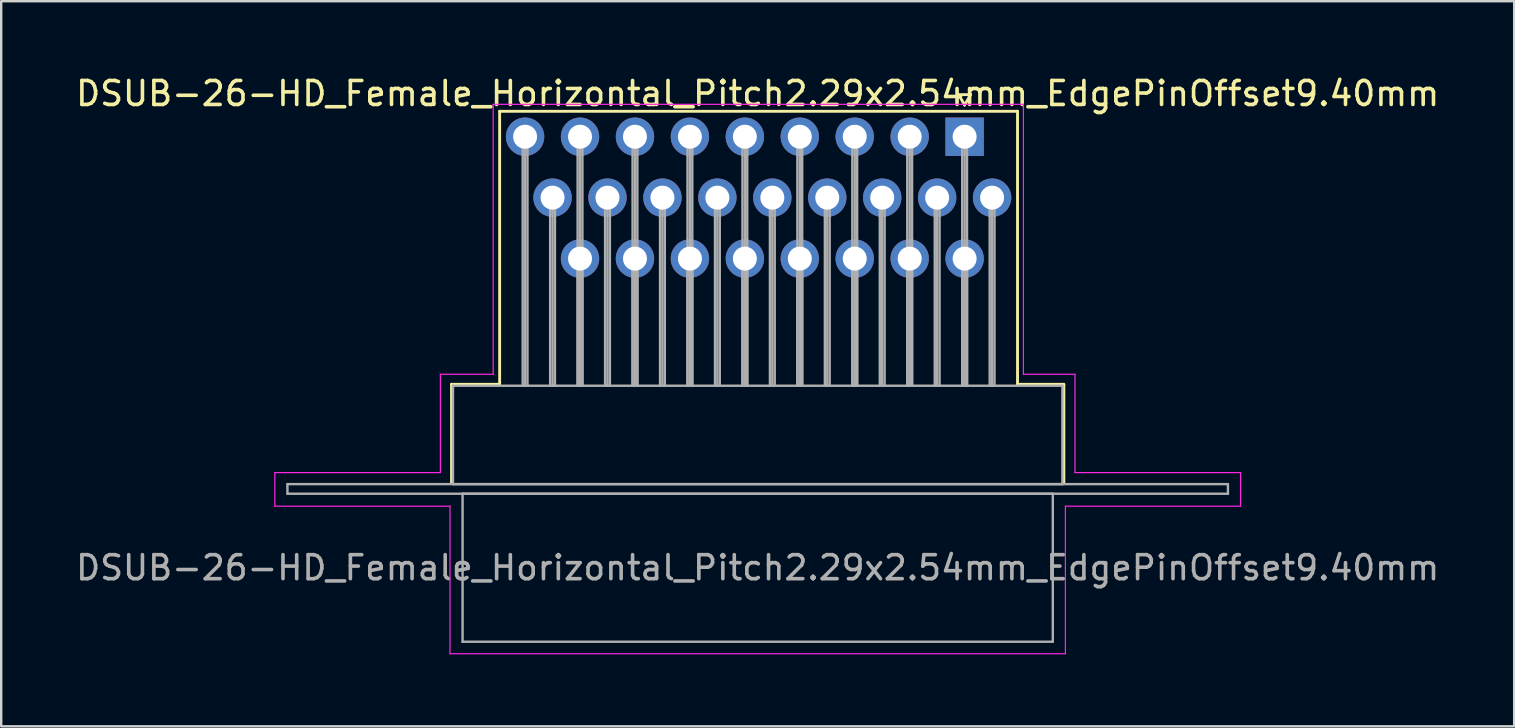
<source format=kicad_pcb>
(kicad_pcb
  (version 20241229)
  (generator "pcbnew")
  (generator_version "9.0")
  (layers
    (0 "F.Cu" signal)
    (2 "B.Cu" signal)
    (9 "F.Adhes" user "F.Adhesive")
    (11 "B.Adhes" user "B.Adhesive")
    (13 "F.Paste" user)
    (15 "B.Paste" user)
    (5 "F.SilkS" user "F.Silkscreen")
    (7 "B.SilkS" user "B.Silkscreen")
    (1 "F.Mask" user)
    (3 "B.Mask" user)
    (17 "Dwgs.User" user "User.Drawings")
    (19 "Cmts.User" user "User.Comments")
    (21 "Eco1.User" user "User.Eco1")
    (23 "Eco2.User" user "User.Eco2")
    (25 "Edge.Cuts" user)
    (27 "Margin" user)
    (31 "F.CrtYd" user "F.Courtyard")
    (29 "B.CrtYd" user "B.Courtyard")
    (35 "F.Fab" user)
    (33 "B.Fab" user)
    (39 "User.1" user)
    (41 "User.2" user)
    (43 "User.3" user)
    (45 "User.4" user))
  (footprint "DSUB-26-HD_Female_Horizontal_Pitch2.29x2.54mm_EdgePinOffset9.40mm"
    (layer "F.Cu")
    (at 37.155 2.648)
    (property "Reference" "DSUB-26-HD_Female_Horizontal_Pitch2.29x2.54mm_EdgePinOffset9.40mm" (at -8.625 -1.8 0) (layer "F.SilkS") (effects (font (size 1 1) (thickness 0.15))))
    (attr through_hole)
    (fp_line (start -21.385 10.32) (end -19.38 10.32) (stroke (width 0.12) (type solid)) (layer "F.SilkS"))
    (fp_line (start -21.385 14.42) (end -21.385 10.32) (stroke (width 0.12) (type solid)) (layer "F.SilkS"))
    (fp_line (start -19.38 -1.06) (end 2.205 -1.06) (stroke (width 0.12) (type solid)) (layer "F.SilkS"))
    (fp_line (start -19.38 10.32) (end -19.38 -1.06) (stroke (width 0.12) (type solid)) (layer "F.SilkS"))
    (fp_line (start -0.25 -1.754) (end 0.25 -1.754) (stroke (width 0.12) (type solid)) (layer "F.SilkS"))
    (fp_line (start 0 -1.321) (end -0.25 -1.754) (stroke (width 0.12) (type solid)) (layer "F.SilkS"))
    (fp_line (start 0.25 -1.754) (end 0 -1.321) (stroke (width 0.12) (type solid)) (layer "F.SilkS"))
    (fp_line (start 2.205 -1.06) (end 2.205 10.32) (stroke (width 0.12) (type solid)) (layer "F.SilkS"))
    (fp_line (start 2.205 10.32) (end 4.135 10.32) (stroke (width 0.12) (type solid)) (layer "F.SilkS"))
    (fp_line (start 4.135 10.32) (end 4.135 14.42) (stroke (width 0.12) (type solid)) (layer "F.SilkS"))
    (fp_line (start -28.75 14) (end -21.85 14) (stroke (width 0.05) (type solid)) (layer "F.CrtYd"))
    (fp_line (start -28.75 15.4) (end -28.75 14) (stroke (width 0.05) (type solid)) (layer "F.CrtYd"))
    (fp_line (start -21.85 9.9) (end -19.65 9.9) (stroke (width 0.05) (type solid)) (layer "F.CrtYd"))
    (fp_line (start -21.85 14) (end -21.85 9.9) (stroke (width 0.05) (type solid)) (layer "F.CrtYd"))
    (fp_line (start -21.45 15.4) (end -28.75 15.4) (stroke (width 0.05) (type solid)) (layer "F.CrtYd"))
    (fp_line (start -21.45 21.55) (end -21.45 15.4) (stroke (width 0.05) (type solid)) (layer "F.CrtYd"))
    (fp_line (start -19.65 -1.35) (end 2.45 -1.35) (stroke (width 0.05) (type solid)) (layer "F.CrtYd"))
    (fp_line (start -19.65 9.9) (end -19.65 -1.35) (stroke (width 0.05) (type solid)) (layer "F.CrtYd"))
    (fp_line (start 2.45 -1.35) (end 2.45 9.9) (stroke (width 0.05) (type solid)) (layer "F.CrtYd"))
    (fp_line (start 2.45 9.9) (end 4.6 9.9) (stroke (width 0.05) (type solid)) (layer "F.CrtYd"))
    (fp_line (start 4.2 15.4) (end 4.2 21.55) (stroke (width 0.05) (type solid)) (layer "F.CrtYd"))
    (fp_line (start 4.2 21.55) (end -21.45 21.55) (stroke (width 0.05) (type solid)) (layer "F.CrtYd"))
    (fp_line (start 4.6 9.9) (end 4.6 14) (stroke (width 0.05) (type solid)) (layer "F.CrtYd"))
    (fp_line (start 4.6 14) (end 11.5 14) (stroke (width 0.05) (type solid)) (layer "F.CrtYd"))
    (fp_line (start 11.5 14) (end 11.5 15.4) (stroke (width 0.05) (type solid)) (layer "F.CrtYd"))
    (fp_line (start 11.5 15.4) (end 4.2 15.4) (stroke (width 0.05) (type solid)) (layer "F.CrtYd"))
    (fp_line (start -28.225 14.48) (end -28.225 14.88) (stroke (width 0.1) (type solid)) (layer "F.Fab"))
    (fp_line (start -28.225 14.88) (end 10.975 14.88) (stroke (width 0.1) (type solid)) (layer "F.Fab"))
    (fp_line (start -21.325 10.38) (end -21.325 14.48) (stroke (width 0.1) (type solid)) (layer "F.Fab"))
    (fp_line (start -21.325 14.48) (end 4.075 14.48) (stroke (width 0.1) (type solid)) (layer "F.Fab"))
    (fp_line (start -20.925 14.88) (end -20.925 21.05) (stroke (width 0.1) (type solid)) (layer "F.Fab"))
    (fp_line (start -20.925 21.05) (end 3.675 21.05) (stroke (width 0.1) (type solid)) (layer "F.Fab"))
    (fp_line (start -18.42 0) (end -18.42 10.38) (stroke (width 0.1) (type solid)) (layer "F.Fab"))
    (fp_line (start -18.32 0) (end -18.32 10.38) (stroke (width 0.1) (type solid)) (layer "F.Fab"))
    (fp_line (start -18.22 0) (end -18.22 10.38) (stroke (width 0.1) (type solid)) (layer "F.Fab"))
    (fp_line (start -17.275 2.54) (end -17.275 10.38) (stroke (width 0.1) (type solid)) (layer "F.Fab"))
    (fp_line (start -17.175 2.54) (end -17.175 10.38) (stroke (width 0.1) (type solid)) (layer "F.Fab"))
    (fp_line (start -17.075 2.54) (end -17.075 10.38) (stroke (width 0.1) (type solid)) (layer "F.Fab"))
    (fp_line (start -16.13 0) (end -16.13 10.38) (stroke (width 0.1) (type solid)) (layer "F.Fab"))
    (fp_line (start -16.13 5.08) (end -16.13 10.38) (stroke (width 0.1) (type solid)) (layer "F.Fab"))
    (fp_line (start -16.03 0) (end -16.03 10.38) (stroke (width 0.1) (type solid)) (layer "F.Fab"))
    (fp_line (start -16.03 5.08) (end -16.03 10.38) (stroke (width 0.1) (type solid)) (layer "F.Fab"))
    (fp_line (start -15.93 0) (end -15.93 10.38) (stroke (width 0.1) (type solid)) (layer "F.Fab"))
    (fp_line (start -15.93 5.08) (end -15.93 10.38) (stroke (width 0.1) (type solid)) (layer "F.Fab"))
    (fp_line (start -14.985 2.54) (end -14.985 10.38) (stroke (width 0.1) (type solid)) (layer "F.Fab"))
    (fp_line (start -14.885 2.54) (end -14.885 10.38) (stroke (width 0.1) (type solid)) (layer "F.Fab"))
    (fp_line (start -14.785 2.54) (end -14.785 10.38) (stroke (width 0.1) (type solid)) (layer "F.Fab"))
    (fp_line (start -13.84 0) (end -13.84 10.38) (stroke (width 0.1) (type solid)) (layer "F.Fab"))
    (fp_line (start -13.84 5.08) (end -13.84 10.38) (stroke (width 0.1) (type solid)) (layer "F.Fab"))
    (fp_line (start -13.74 0) (end -13.74 10.38) (stroke (width 0.1) (type solid)) (layer "F.Fab"))
    (fp_line (start -13.74 5.08) (end -13.74 10.38) (stroke (width 0.1) (type solid)) (layer "F.Fab"))
    (fp_line (start -13.64 0) (end -13.64 10.38) (stroke (width 0.1) (type solid)) (layer "F.Fab"))
    (fp_line (start -13.64 5.08) (end -13.64 10.38) (stroke (width 0.1) (type solid)) (layer "F.Fab"))
    (fp_line (start -12.695 2.54) (end -12.695 10.38) (stroke (width 0.1) (type solid)) (layer "F.Fab"))
    (fp_line (start -12.595 2.54) (end -12.595 10.38) (stroke (width 0.1) (type solid)) (layer "F.Fab"))
    (fp_line (start -12.495 2.54) (end -12.495 10.38) (stroke (width 0.1) (type solid)) (layer "F.Fab"))
    (fp_line (start -11.55 0) (end -11.55 10.38) (stroke (width 0.1) (type solid)) (layer "F.Fab"))
    (fp_line (start -11.55 5.08) (end -11.55 10.38) (stroke (width 0.1) (type solid)) (layer "F.Fab"))
    (fp_line (start -11.45 0) (end -11.45 10.38) (stroke (width 0.1) (type solid)) (layer "F.Fab"))
    (fp_line (start -11.45 5.08) (end -11.45 10.38) (stroke (width 0.1) (type solid)) (layer "F.Fab"))
    (fp_line (start -11.35 0) (end -11.35 10.38) (stroke (width 0.1) (type solid)) (layer "F.Fab"))
    (fp_line (start -11.35 5.08) (end -11.35 10.38) (stroke (width 0.1) (type solid)) (layer "F.Fab"))
    (fp_line (start -10.405 2.54) (end -10.405 10.38) (stroke (width 0.1) (type solid)) (layer "F.Fab"))
    (fp_line (start -10.305 2.54) (end -10.305 10.38) (stroke (width 0.1) (type solid)) (layer "F.Fab"))
    (fp_line (start -10.205 2.54) (end -10.205 10.38) (stroke (width 0.1) (type solid)) (layer "F.Fab"))
    (fp_line (start -9.26 0) (end -9.26 10.38) (stroke (width 0.1) (type solid)) (layer "F.Fab"))
    (fp_line (start -9.26 5.08) (end -9.26 10.38) (stroke (width 0.1) (type solid)) (layer "F.Fab"))
    (fp_line (start -9.16 0) (end -9.16 10.38) (stroke (width 0.1) (type solid)) (layer "F.Fab"))
    (fp_line (start -9.16 5.08) (end -9.16 10.38) (stroke (width 0.1) (type solid)) (layer "F.Fab"))
    (fp_line (start -9.06 0) (end -9.06 10.38) (stroke (width 0.1) (type solid)) (layer "F.Fab"))
    (fp_line (start -9.06 5.08) (end -9.06 10.38) (stroke (width 0.1) (type solid)) (layer "F.Fab"))
    (fp_line (start -8.115 2.54) (end -8.115 10.38) (stroke (width 0.1) (type solid)) (layer "F.Fab"))
    (fp_line (start -8.015 2.54) (end -8.015 10.38) (stroke (width 0.1) (type solid)) (layer "F.Fab"))
    (fp_line (start -7.915 2.54) (end -7.915 10.38) (stroke (width 0.1) (type solid)) (layer "F.Fab"))
    (fp_line (start -6.97 0) (end -6.97 10.38) (stroke (width 0.1) (type solid)) (layer "F.Fab"))
    (fp_line (start -6.97 5.08) (end -6.97 10.38) (stroke (width 0.1) (type solid)) (layer "F.Fab"))
    (fp_line (start -6.87 0) (end -6.87 10.38) (stroke (width 0.1) (type solid)) (layer "F.Fab"))
    (fp_line (start -6.87 5.08) (end -6.87 10.38) (stroke (width 0.1) (type solid)) (layer "F.Fab"))
    (fp_line (start -6.77 0) (end -6.77 10.38) (stroke (width 0.1) (type solid)) (layer "F.Fab"))
    (fp_line (start -6.77 5.08) (end -6.77 10.38) (stroke (width 0.1) (type solid)) (layer "F.Fab"))
    (fp_line (start -5.825 2.54) (end -5.825 10.38) (stroke (width 0.1) (type solid)) (layer "F.Fab"))
    (fp_line (start -5.725 2.54) (end -5.725 10.38) (stroke (width 0.1) (type solid)) (layer "F.Fab"))
    (fp_line (start -5.625 2.54) (end -5.625 10.38) (stroke (width 0.1) (type solid)) (layer "F.Fab"))
    (fp_line (start -4.68 0) (end -4.68 10.38) (stroke (width 0.1) (type solid)) (layer "F.Fab"))
    (fp_line (start -4.68 5.08) (end -4.68 10.38) (stroke (width 0.1) (type solid)) (layer "F.Fab"))
    (fp_line (start -4.58 0) (end -4.58 10.38) (stroke (width 0.1) (type solid)) (layer "F.Fab"))
    (fp_line (start -4.58 5.08) (end -4.58 10.38) (stroke (width 0.1) (type solid)) (layer "F.Fab"))
    (fp_line (start -4.48 0) (end -4.48 10.38) (stroke (width 0.1) (type solid)) (layer "F.Fab"))
    (fp_line (start -4.48 5.08) (end -4.48 10.38) (stroke (width 0.1) (type solid)) (layer "F.Fab"))
    (fp_line (start -3.535 2.54) (end -3.535 10.38) (stroke (width 0.1) (type solid)) (layer "F.Fab"))
    (fp_line (start -3.435 2.54) (end -3.435 10.38) (stroke (width 0.1) (type solid)) (layer "F.Fab"))
    (fp_line (start -3.335 2.54) (end -3.335 10.38) (stroke (width 0.1) (type solid)) (layer "F.Fab"))
    (fp_line (start -2.39 0) (end -2.39 10.38) (stroke (width 0.1) (type solid)) (layer "F.Fab"))
    (fp_line (start -2.39 5.08) (end -2.39 10.38) (stroke (width 0.1) (type solid)) (layer "F.Fab"))
    (fp_line (start -2.29 0) (end -2.29 10.38) (stroke (width 0.1) (type solid)) (layer "F.Fab"))
    (fp_line (start -2.29 5.08) (end -2.29 10.38) (stroke (width 0.1) (type solid)) (layer "F.Fab"))
    (fp_line (start -2.19 0) (end -2.19 10.38) (stroke (width 0.1) (type solid)) (layer "F.Fab"))
    (fp_line (start -2.19 5.08) (end -2.19 10.38) (stroke (width 0.1) (type solid)) (layer "F.Fab"))
    (fp_line (start -1.245 2.54) (end -1.245 10.38) (stroke (width 0.1) (type solid)) (layer "F.Fab"))
    (fp_line (start -1.145 2.54) (end -1.145 10.38) (stroke (width 0.1) (type solid)) (layer "F.Fab"))
    (fp_line (start -1.045 2.54) (end -1.045 10.38) (stroke (width 0.1) (type solid)) (layer "F.Fab"))
    (fp_line (start -0.1 0) (end -0.1 10.38) (stroke (width 0.1) (type solid)) (layer "F.Fab"))
    (fp_line (start -0.1 5.08) (end -0.1 10.38) (stroke (width 0.1) (type solid)) (layer "F.Fab"))
    (fp_line (start 0 0) (end 0 10.38) (stroke (width 0.1) (type solid)) (layer "F.Fab"))
    (fp_line (start 0 5.08) (end 0 10.38) (stroke (width 0.1) (type solid)) (layer "F.Fab"))
    (fp_line (start 0.1 0) (end 0.1 10.38) (stroke (width 0.1) (type solid)) (layer "F.Fab"))
    (fp_line (start 0.1 5.08) (end 0.1 10.38) (stroke (width 0.1) (type solid)) (layer "F.Fab"))
    (fp_line (start 1.045 2.54) (end 1.045 10.38) (stroke (width 0.1) (type solid)) (layer "F.Fab"))
    (fp_line (start 1.145 2.54) (end 1.145 10.38) (stroke (width 0.1) (type solid)) (layer "F.Fab"))
    (fp_line (start 1.245 2.54) (end 1.245 10.38) (stroke (width 0.1) (type solid)) (layer "F.Fab"))
    (fp_line (start 3.675 14.88) (end -20.925 14.88) (stroke (width 0.1) (type solid)) (layer "F.Fab"))
    (fp_line (start 3.675 21.05) (end 3.675 14.88) (stroke (width 0.1) (type solid)) (layer "F.Fab"))
    (fp_line (start 4.075 10.38) (end -21.325 10.38) (stroke (width 0.1) (type solid)) (layer "F.Fab"))
    (fp_line (start 4.075 14.48) (end 4.075 10.38) (stroke (width 0.1) (type solid)) (layer "F.Fab"))
    (fp_line (start 10.975 14.48) (end -28.225 14.48) (stroke (width 0.1) (type solid)) (layer "F.Fab"))
    (fp_line (start 10.975 14.88) (end 10.975 14.48) (stroke (width 0.1) (type solid)) (layer "F.Fab"))
    (fp_text user "${REFERENCE}" (at -8.625 17.965 0) (layer "F.Fab") (effects (font (size 1 1) (thickness 0.15))))
    (pad "1" thru_hole rect (at 0 0) (size 1.6 1.6) (drill 1) (layers "*.Cu" "*.Mask"))
    (pad "2" thru_hole circle (at -2.29 0) (size 1.6 1.6) (drill 1) (layers "*.Cu" "*.Mask"))
    (pad "3" thru_hole circle (at -4.58 0) (size 1.6 1.6) (drill 1) (layers "*.Cu" "*.Mask"))
    (pad "4" thru_hole circle (at -6.87 0) (size 1.6 1.6) (drill 1) (layers "*.Cu" "*.Mask"))
    (pad "5" thru_hole circle (at -9.16 0) (size 1.6 1.6) (drill 1) (layers "*.Cu" "*.Mask"))
    (pad "6" thru_hole circle (at -11.45 0) (size 1.6 1.6) (drill 1) (layers "*.Cu" "*.Mask"))
    (pad "7" thru_hole circle (at -13.74 0) (size 1.6 1.6) (drill 1) (layers "*.Cu" "*.Mask"))
    (pad "8" thru_hole circle (at -16.03 0) (size 1.6 1.6) (drill 1) (layers "*.Cu" "*.Mask"))
    (pad "9" thru_hole circle (at -18.32 0) (size 1.6 1.6) (drill 1) (layers "*.Cu" "*.Mask"))
    (pad "10" thru_hole circle (at 1.145 2.54) (size 1.6 1.6) (drill 1) (layers "*.Cu" "*.Mask"))
    (pad "11" thru_hole circle (at -1.145 2.54) (size 1.6 1.6) (drill 1) (layers "*.Cu" "*.Mask"))
    (pad "12" thru_hole circle (at -3.435 2.54) (size 1.6 1.6) (drill 1) (layers "*.Cu" "*.Mask"))
    (pad "13" thru_hole circle (at -5.725 2.54) (size 1.6 1.6) (drill 1) (layers "*.Cu" "*.Mask"))
    (pad "14" thru_hole circle (at -8.015 2.54) (size 1.6 1.6) (drill 1) (layers "*.Cu" "*.Mask"))
    (pad "15" thru_hole circle (at -10.305 2.54) (size 1.6 1.6) (drill 1) (layers "*.Cu" "*.Mask"))
    (pad "16" thru_hole circle (at -12.595 2.54) (size 1.6 1.6) (drill 1) (layers "*.Cu" "*.Mask"))
    (pad "17" thru_hole circle (at -14.885 2.54) (size 1.6 1.6) (drill 1) (layers "*.Cu" "*.Mask"))
    (pad "18" thru_hole circle (at -17.175 2.54) (size 1.6 1.6) (drill 1) (layers "*.Cu" "*.Mask"))
    (pad "19" thru_hole circle (at 0 5.08) (size 1.6 1.6) (drill 1) (layers "*.Cu" "*.Mask"))
    (pad "20" thru_hole circle (at -2.29 5.08) (size 1.6 1.6) (drill 1) (layers "*.Cu" "*.Mask"))
    (pad "21" thru_hole circle (at -4.58 5.08) (size 1.6 1.6) (drill 1) (layers "*.Cu" "*.Mask"))
    (pad "22" thru_hole circle (at -6.87 5.08) (size 1.6 1.6) (drill 1) (layers "*.Cu" "*.Mask"))
    (pad "23" thru_hole circle (at -9.16 5.08) (size 1.6 1.6) (drill 1) (layers "*.Cu" "*.Mask"))
    (pad "24" thru_hole circle (at -11.45 5.08) (size 1.6 1.6) (drill 1) (layers "*.Cu" "*.Mask"))
    (pad "25" thru_hole circle (at -13.74 5.08) (size 1.6 1.6) (drill 1) (layers "*.Cu" "*.Mask"))
    (pad "26" thru_hole circle (at -16.03 5.08) (size 1.6 1.6) (drill 1) (layers "*.Cu" "*.Mask")))
  (gr_rect
    (start -3 -3)
    (end 60.06 27.223)
    (stroke (width 0.1) (type default))
    (fill no)
    (layer "Edge.Cuts")))
</source>
